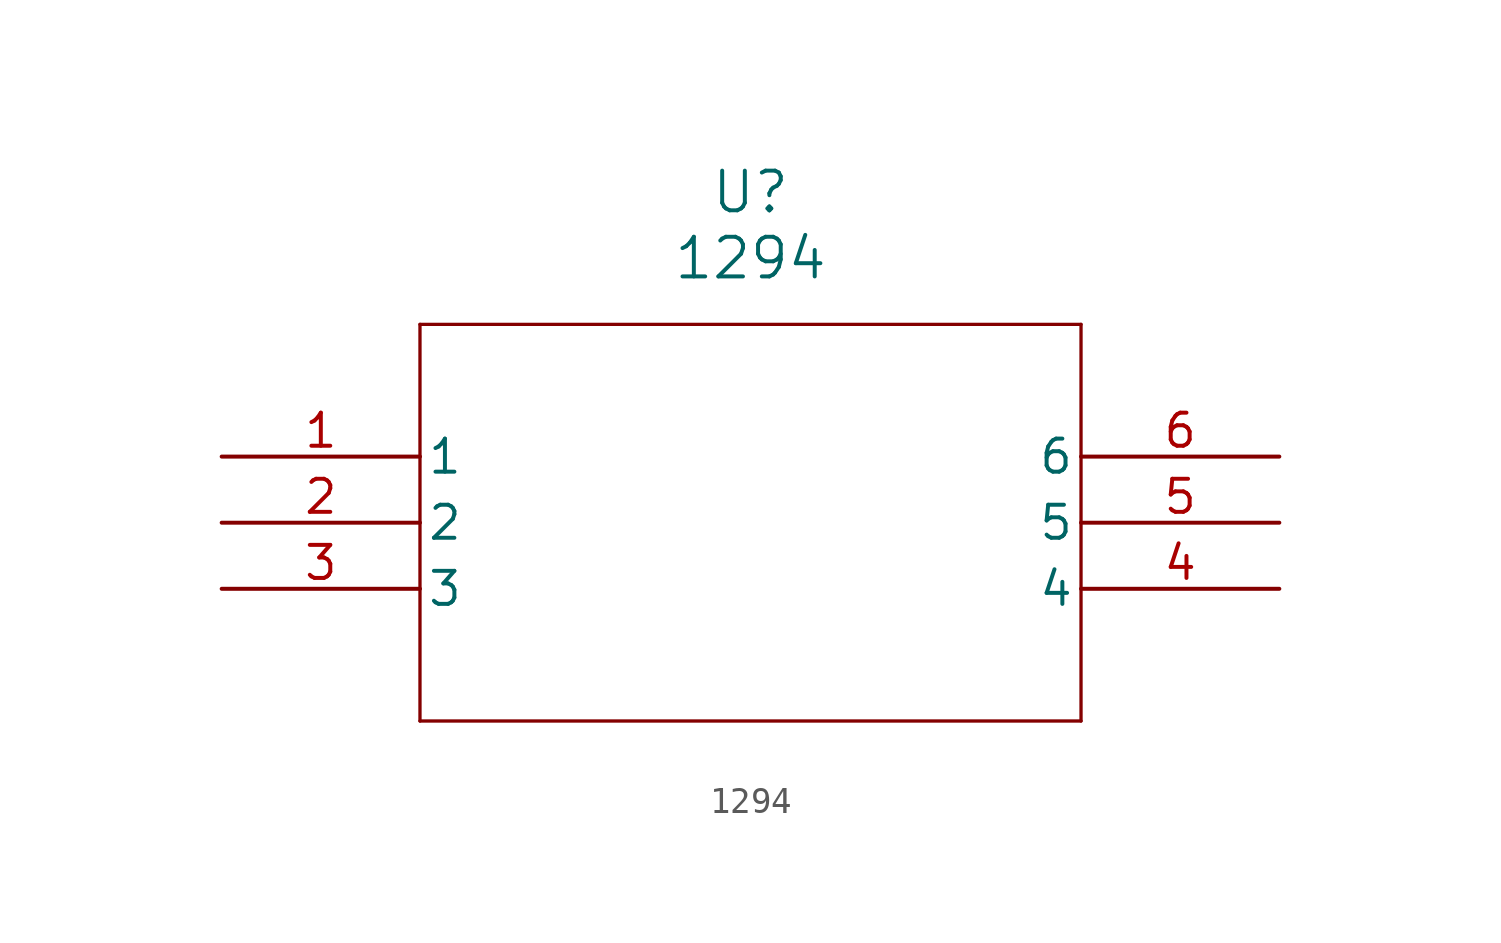
<source format=kicad_sym>
(kicad_symbol_lib
  (version 20211014)
  (generator kicad_symbol_editor)
  (symbol "1294"
    (pin_names
      (offset 0.254))
    (property "Reference" "U"
      (at 20.32 10.16 0)
      (effects (font (size 1.524 1.524))))
    (property "Value" "1294"
      (at 20.32 7.62 0)
      (effects (font (size 1.524 1.524))))
    (symbol "1294_0_1"
      (polyline (pts (xy 7.62 5.08) (xy 7.62 -10.16)) (stroke (width 0.127) (type default) (color 0 0 0 0)) (fill (type none)))
      (polyline (pts (xy 7.62 -10.16) (xy 33.02 -10.16)) (stroke (width 0.127) (type default) (color 0 0 0 0)) (fill (type none)))
      (polyline (pts (xy 33.02 -10.16) (xy 33.02 5.08)) (stroke (width 0.127) (type default) (color 0 0 0 0)) (fill (type none)))
      (polyline (pts (xy 33.02 5.08) (xy 7.62 5.08)) (stroke (width 0.127) (type default) (color 0 0 0 0)) (fill (type none)))
      (pin unspecified line (at 0 0 0) (length 7.62) (name "1" (effects (font (size 1.27 1.27)))) (number "1" (effects (font (size 1.27 1.27)))))
      (pin unspecified line (at 0 -2.54 0) (length 7.62) (name "2" (effects (font (size 1.27 1.27)))) (number "2" (effects (font (size 1.27 1.27)))))
      (pin unspecified line (at 0 -5.08 0) (length 7.62) (name "3" (effects (font (size 1.27 1.27)))) (number "3" (effects (font (size 1.27 1.27)))))
      (pin unspecified line (at 40.64 -5.08 180) (length 7.62) (name "4" (effects (font (size 1.27 1.27)))) (number "4" (effects (font (size 1.27 1.27)))))
      (pin unspecified line (at 40.64 -2.54 180) (length 7.62) (name "5" (effects (font (size 1.27 1.27)))) (number "5" (effects (font (size 1.27 1.27)))))
      (pin unspecified line (at 40.64 0 180) (length 7.62) (name "6" (effects (font (size 1.27 1.27)))) (number "6" (effects (font (size 1.27 1.27))))))))
</source>
